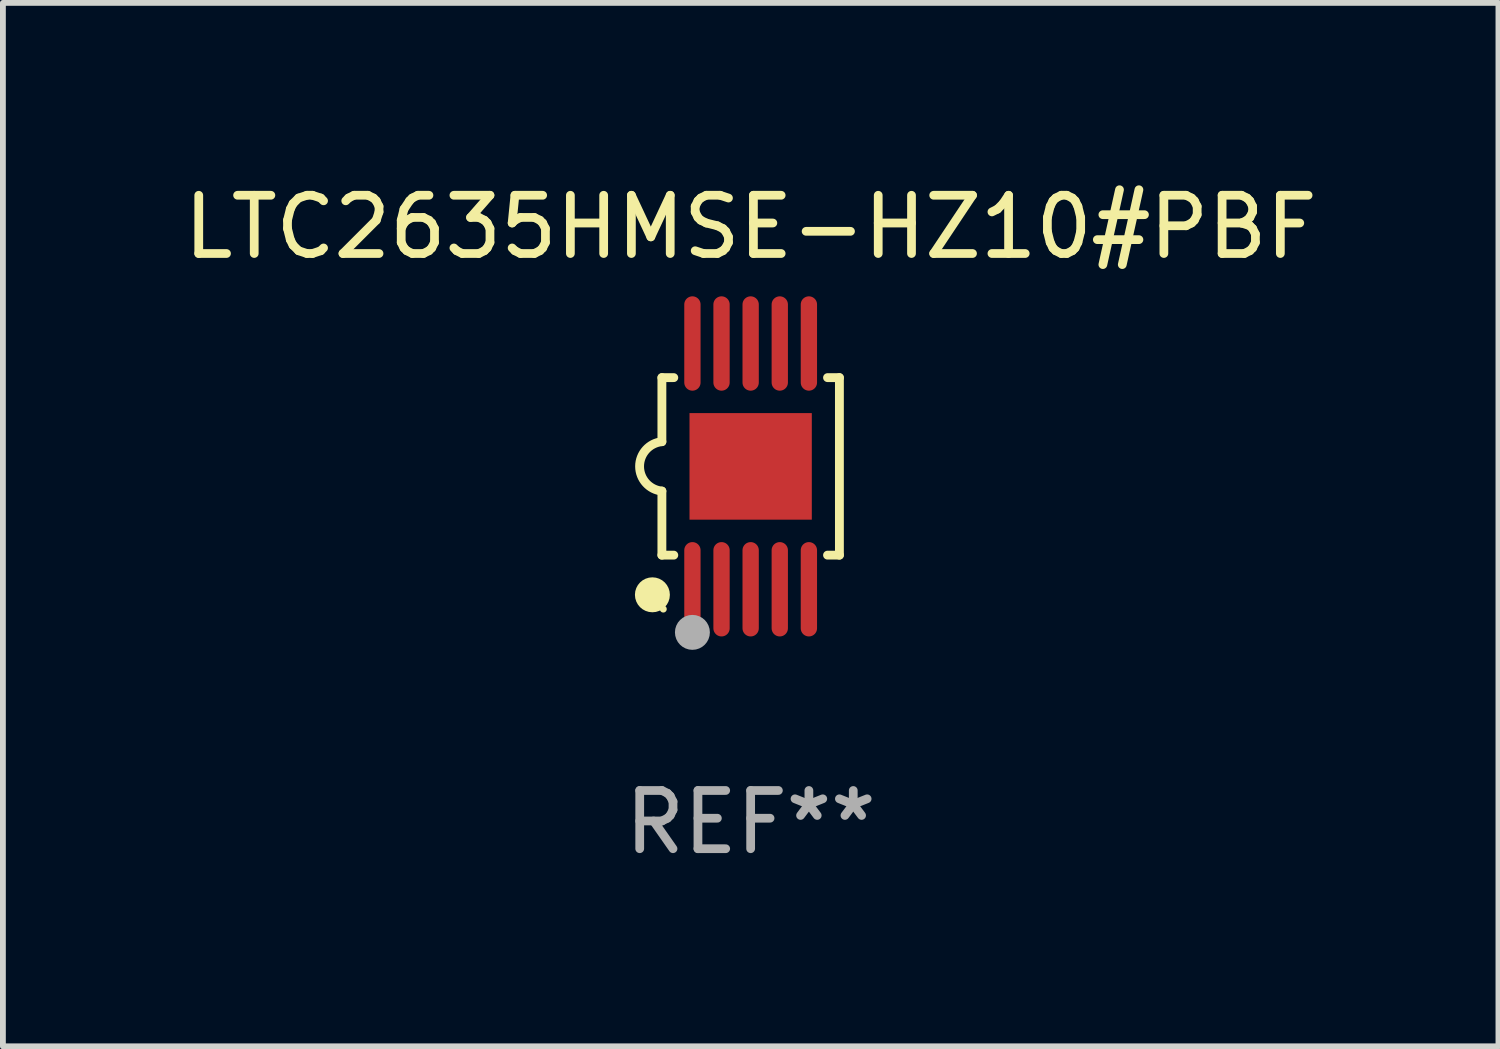
<source format=kicad_pcb>
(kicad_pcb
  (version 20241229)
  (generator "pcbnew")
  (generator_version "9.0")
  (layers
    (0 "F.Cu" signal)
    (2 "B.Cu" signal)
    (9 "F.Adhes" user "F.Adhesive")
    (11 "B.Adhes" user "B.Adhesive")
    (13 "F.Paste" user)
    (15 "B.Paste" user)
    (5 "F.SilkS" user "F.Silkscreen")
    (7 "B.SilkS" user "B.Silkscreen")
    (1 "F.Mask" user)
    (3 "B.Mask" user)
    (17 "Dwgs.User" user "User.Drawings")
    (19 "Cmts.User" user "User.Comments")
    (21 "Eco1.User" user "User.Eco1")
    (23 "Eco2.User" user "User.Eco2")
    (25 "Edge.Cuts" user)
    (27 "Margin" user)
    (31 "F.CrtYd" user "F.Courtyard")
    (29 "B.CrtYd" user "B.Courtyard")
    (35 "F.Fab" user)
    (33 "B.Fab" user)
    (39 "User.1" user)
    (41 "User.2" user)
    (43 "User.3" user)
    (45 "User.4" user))
  (footprint "LTC2635HMSE-HZ10#PBF"
    (layer "F.Cu")
    (at 9.839 4.958)
    (property "Reference" "LTC2635HMSE-HZ10#PBF" (at 0 -4.11 0) (layer "F.SilkS") (effects (font (size 1 1) (thickness 0.15))))
    (attr through_hole)
    (fp_line (start -1.524 -1.524) (end -1.524 -0.424) (stroke (width 0.152) (type solid)) (layer "F.SilkS"))
    (fp_line (start -1.524 1.524) (end -1.524 0.424) (stroke (width 0.152) (type solid)) (layer "F.SilkS"))
    (fp_line (start -1.524 1.524) (end -1.32 1.524) (stroke (width 0.152) (type solid)) (layer "F.SilkS"))
    (fp_line (start -1.32 -1.524) (end -1.524 -1.524) (stroke (width 0.152) (type solid)) (layer "F.SilkS"))
    (fp_line (start 1.32 1.524) (end 1.524 1.524) (stroke (width 0.152) (type solid)) (layer "F.SilkS"))
    (fp_line (start 1.524 -1.524) (end 1.32 -1.524) (stroke (width 0.152) (type solid)) (layer "F.SilkS"))
    (fp_line (start 1.524 1.524) (end 1.524 -1.524) (stroke (width 0.152) (type solid)) (layer "F.SilkS"))
    (fp_arc (start -1.524003 0.424003) (mid -1.906663 -0.000089) (end -1.524004 -0.424181) (stroke (width 0.151994) (type solid)) (layer "F.SilkS"))
    (fp_circle (center -1.687 2.205) (end -1.537 2.205) (stroke (width 0.3) (type solid)) (fill no) (layer "F.SilkS"))
    (fp_circle (center -1.5 2.45) (end -1.47 2.45) (stroke (width 0.06) (type solid)) (fill no) (layer "F.SilkS"))
    (fp_circle (center -1 2.85) (end -0.85 2.85) (stroke (width 0.3) (type solid)) (fill no) (layer "F.Fab"))
    (fp_text user "REF**" (at 0 6.11 0) (layer "F.Fab") (effects (font (size 1 1) (thickness 0.15))))
    (pad "1" smd oval (at -1 2.11) (size 0.28 1.62) (layers "F.Cu" "F.Mask" "F.Paste"))
    (pad "2" smd oval (at -0.5 2.11) (size 0.28 1.62) (layers "F.Cu" "F.Mask" "F.Paste"))
    (pad "3" smd oval (at 0 2.11) (size 0.28 1.62) (layers "F.Cu" "F.Mask" "F.Paste"))
    (pad "4" smd oval (at 0.5 2.11) (size 0.28 1.62) (layers "F.Cu" "F.Mask" "F.Paste"))
    (pad "5" smd oval (at 1 2.11) (size 0.28 1.62) (layers "F.Cu" "F.Mask" "F.Paste"))
    (pad "6" smd oval (at 1 -2.11) (size 0.28 1.62) (layers "F.Cu" "F.Mask" "F.Paste"))
    (pad "7" smd oval (at 0.5 -2.11) (size 0.28 1.62) (layers "F.Cu" "F.Mask" "F.Paste"))
    (pad "8" smd oval (at 0 -2.11) (size 0.28 1.62) (layers "F.Cu" "F.Mask" "F.Paste"))
    (pad "9" smd oval (at -0.5 -2.11) (size 0.28 1.62) (layers "F.Cu" "F.Mask" "F.Paste"))
    (pad "10" smd oval (at -1 -2.11) (size 0.28 1.62) (layers "F.Cu" "F.Mask" "F.Paste"))
    (pad "11" smd rect (at 0 0) (size 2.1 1.83) (layers "F.Cu" "F.Mask" "F.Paste")))
  (gr_rect
    (start -3 -3)
    (end 22.679 14.916)
    (stroke (width 0.1) (type default))
    (fill no)
    (layer "Edge.Cuts")))
</source>
